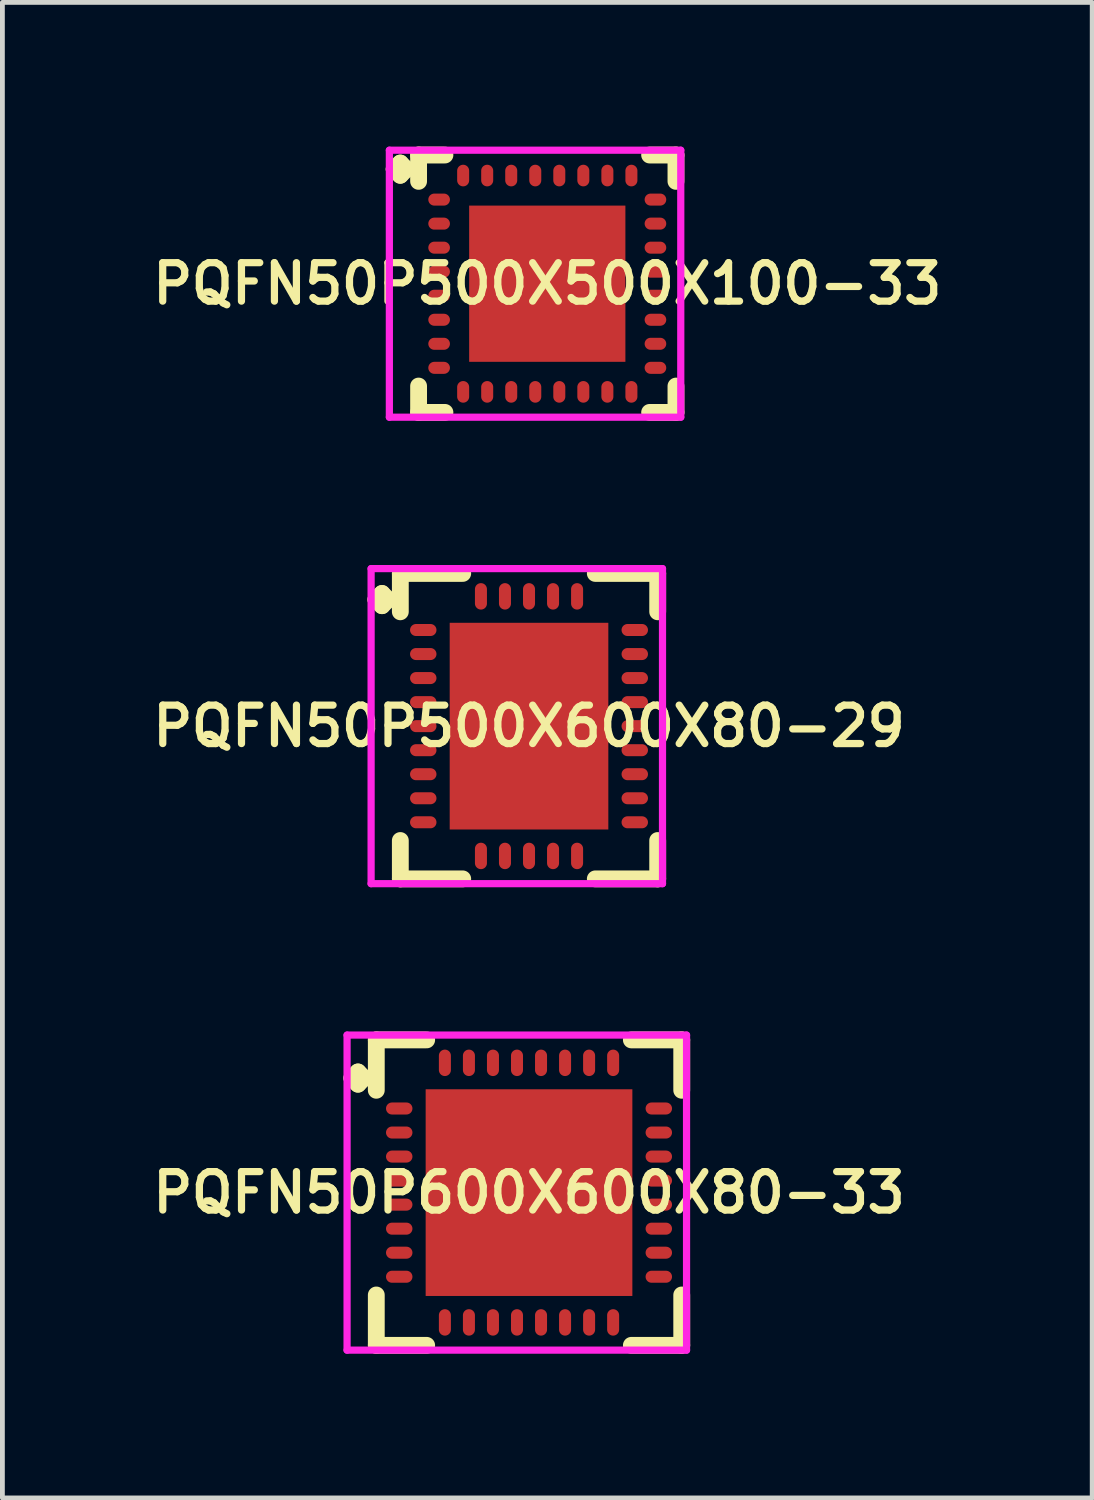
<source format=kicad_pcb>
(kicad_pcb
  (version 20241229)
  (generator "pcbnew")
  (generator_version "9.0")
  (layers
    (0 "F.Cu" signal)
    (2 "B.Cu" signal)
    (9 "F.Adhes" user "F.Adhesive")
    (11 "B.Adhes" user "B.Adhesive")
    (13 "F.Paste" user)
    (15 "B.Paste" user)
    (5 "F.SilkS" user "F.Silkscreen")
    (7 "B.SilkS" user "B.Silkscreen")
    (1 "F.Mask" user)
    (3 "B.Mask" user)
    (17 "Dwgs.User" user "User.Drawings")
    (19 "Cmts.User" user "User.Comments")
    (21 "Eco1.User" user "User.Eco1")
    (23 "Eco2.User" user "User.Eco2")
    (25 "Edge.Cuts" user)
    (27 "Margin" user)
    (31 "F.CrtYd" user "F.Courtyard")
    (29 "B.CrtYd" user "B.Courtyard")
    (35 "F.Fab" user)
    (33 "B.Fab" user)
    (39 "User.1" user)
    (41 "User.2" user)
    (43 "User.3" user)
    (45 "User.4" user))
  (footprint "PQFN50P600X600X80-33"
    (layer "F.Cu")
    (at 7.955 21.76)
    (property "Reference" "PQFN50P600X600X80-33" (at 0 0 0) (layer "F.SilkS") (effects (font (size 0.8 0.8) (thickness 0.15))))
    (attr through_hole)
    (fp_line (start -3.685 -2.383) (end -3.558 -2.51) (stroke (width 0.35) (type solid)) (layer "F.SilkS"))
    (fp_line (start -3.558 -2.51) (end -3.431 -2.383) (stroke (width 0.35) (type solid)) (layer "F.SilkS"))
    (fp_line (start -3.558 -2.256) (end -3.685 -2.383) (stroke (width 0.35) (type solid)) (layer "F.SilkS"))
    (fp_line (start -3.431 -2.383) (end -3.558 -2.256) (stroke (width 0.35) (type solid)) (layer "F.SilkS"))
    (fp_line (start -3.177 -3.177) (end -2.129 -3.177) (stroke (width 0.35) (type solid)) (layer "F.SilkS"))
    (fp_line (start -3.177 -2.129) (end -3.177 -3.177) (stroke (width 0.35) (type solid)) (layer "F.SilkS"))
    (fp_line (start -3.177 2.129) (end -3.177 3.177) (stroke (width 0.35) (type solid)) (layer "F.SilkS"))
    (fp_line (start -3.177 3.177) (end -2.129 3.177) (stroke (width 0.35) (type solid)) (layer "F.SilkS"))
    (fp_line (start 2.129 -3.177) (end 3.177 -3.177) (stroke (width 0.35) (type solid)) (layer "F.SilkS"))
    (fp_line (start 2.129 3.177) (end 3.177 3.177) (stroke (width 0.35) (type solid)) (layer "F.SilkS"))
    (fp_line (start 3.177 -3.177) (end 3.177 -2.129) (stroke (width 0.35) (type solid)) (layer "F.SilkS"))
    (fp_line (start 3.177 3.177) (end 3.177 2.129) (stroke (width 0.35) (type solid)) (layer "F.SilkS"))
    (fp_line (start -3.785 -3.277) (end 3.277 -3.277) (stroke (width 0.15) (type solid)) (layer "F.CrtYd"))
    (fp_line (start -3.785 3.277) (end -3.785 -3.277) (stroke (width 0.15) (type solid)) (layer "F.CrtYd"))
    (fp_line (start 3.277 -3.277) (end 3.277 3.277) (stroke (width 0.15) (type solid)) (layer "F.CrtYd"))
    (fp_line (start 3.277 3.277) (end -3.785 3.277) (stroke (width 0.15) (type solid)) (layer "F.CrtYd"))
    (pad "1" smd oval (at -2.7 -1.75) (size 0.55 0.25) (layers "F.Cu" "F.Mask" "F.Paste"))
    (pad "2" smd oval (at -2.7 -1.25) (size 0.55 0.25) (layers "F.Cu" "F.Mask" "F.Paste"))
    (pad "3" smd oval (at -2.7 -0.75) (size 0.55 0.25) (layers "F.Cu" "F.Mask" "F.Paste"))
    (pad "4" smd oval (at -2.7 -0.25) (size 0.55 0.25) (layers "F.Cu" "F.Mask" "F.Paste"))
    (pad "5" smd oval (at -2.7 0.25) (size 0.55 0.25) (layers "F.Cu" "F.Mask" "F.Paste"))
    (pad "6" smd oval (at -2.7 0.75) (size 0.55 0.25) (layers "F.Cu" "F.Mask" "F.Paste"))
    (pad "7" smd oval (at -2.7 1.25) (size 0.55 0.25) (layers "F.Cu" "F.Mask" "F.Paste"))
    (pad "8" smd oval (at -2.7 1.75) (size 0.55 0.25) (layers "F.Cu" "F.Mask" "F.Paste"))
    (pad "9" smd oval (at -1.75 2.7) (size 0.25 0.55) (layers "F.Cu" "F.Mask" "F.Paste"))
    (pad "10" smd oval (at -1.25 2.7) (size 0.25 0.55) (layers "F.Cu" "F.Mask" "F.Paste"))
    (pad "11" smd oval (at -0.75 2.7) (size 0.25 0.55) (layers "F.Cu" "F.Mask" "F.Paste"))
    (pad "12" smd oval (at -0.25 2.7) (size 0.25 0.55) (layers "F.Cu" "F.Mask" "F.Paste"))
    (pad "13" smd oval (at 0.25 2.7) (size 0.25 0.55) (layers "F.Cu" "F.Mask" "F.Paste"))
    (pad "14" smd oval (at 0.75 2.7) (size 0.25 0.55) (layers "F.Cu" "F.Mask" "F.Paste"))
    (pad "15" smd oval (at 1.25 2.7) (size 0.25 0.55) (layers "F.Cu" "F.Mask" "F.Paste"))
    (pad "16" smd oval (at 1.75 2.7) (size 0.25 0.55) (layers "F.Cu" "F.Mask" "F.Paste"))
    (pad "17" smd oval (at 2.7 1.75) (size 0.55 0.25) (layers "F.Cu" "F.Mask" "F.Paste"))
    (pad "18" smd oval (at 2.7 1.25) (size 0.55 0.25) (layers "F.Cu" "F.Mask" "F.Paste"))
    (pad "19" smd oval (at 2.7 0.75) (size 0.55 0.25) (layers "F.Cu" "F.Mask" "F.Paste"))
    (pad "20" smd oval (at 2.7 0.25) (size 0.55 0.25) (layers "F.Cu" "F.Mask" "F.Paste"))
    (pad "21" smd oval (at 2.7 -0.25) (size 0.55 0.25) (layers "F.Cu" "F.Mask" "F.Paste"))
    (pad "22" smd oval (at 2.7 -0.75) (size 0.55 0.25) (layers "F.Cu" "F.Mask" "F.Paste"))
    (pad "23" smd oval (at 2.7 -1.25) (size 0.55 0.25) (layers "F.Cu" "F.Mask" "F.Paste"))
    (pad "24" smd oval (at 2.7 -1.75) (size 0.55 0.25) (layers "F.Cu" "F.Mask" "F.Paste"))
    (pad "25" smd oval (at 1.75 -2.7) (size 0.25 0.55) (layers "F.Cu" "F.Mask" "F.Paste"))
    (pad "26" smd oval (at 1.25 -2.7) (size 0.25 0.55) (layers "F.Cu" "F.Mask" "F.Paste"))
    (pad "27" smd oval (at 0.75 -2.7) (size 0.25 0.55) (layers "F.Cu" "F.Mask" "F.Paste"))
    (pad "28" smd oval (at 0.25 -2.7) (size 0.25 0.55) (layers "F.Cu" "F.Mask" "F.Paste"))
    (pad "29" smd oval (at -0.25 -2.7) (size 0.25 0.55) (layers "F.Cu" "F.Mask" "F.Paste"))
    (pad "30" smd oval (at -0.75 -2.7) (size 0.25 0.55) (layers "F.Cu" "F.Mask" "F.Paste"))
    (pad "31" smd oval (at -1.25 -2.7) (size 0.25 0.55) (layers "F.Cu" "F.Mask" "F.Paste"))
    (pad "32" smd oval (at -1.75 -2.7) (size 0.25 0.55) (layers "F.Cu" "F.Mask" "F.Paste"))
    (pad "33" smd rect (at 0 0) (size 4.3 4.3) (layers "F.Cu" "F.Mask" "F.Paste")))
  (footprint "PQFN50P500X500X100-33"
    (layer "F.Cu")
    (at 8.335 2.852)
    (property "Reference" "PQFN50P500X500X100-33" (at 0 0 0) (layer "F.SilkS") (effects (font (size 0.8 0.8) (thickness 0.15))))
    (attr smd)
    (fp_line (start -3.185 -2.383) (end -3.058 -2.51) (stroke (width 0.35) (type solid)) (layer "F.SilkS"))
    (fp_line (start -3.058 -2.51) (end -2.931 -2.383) (stroke (width 0.35) (type solid)) (layer "F.SilkS"))
    (fp_line (start -3.058 -2.256) (end -3.185 -2.383) (stroke (width 0.35) (type solid)) (layer "F.SilkS"))
    (fp_line (start -2.931 -2.383) (end -3.058 -2.256) (stroke (width 0.35) (type solid)) (layer "F.SilkS"))
    (fp_line (start -2.677 -2.677) (end -2.129 -2.677) (stroke (width 0.35) (type solid)) (layer "F.SilkS"))
    (fp_line (start -2.677 -2.129) (end -2.677 -2.677) (stroke (width 0.35) (type solid)) (layer "F.SilkS"))
    (fp_line (start -2.677 2.129) (end -2.677 2.677) (stroke (width 0.35) (type solid)) (layer "F.SilkS"))
    (fp_line (start -2.677 2.677) (end -2.129 2.677) (stroke (width 0.35) (type solid)) (layer "F.SilkS"))
    (fp_line (start 2.129 -2.677) (end 2.677 -2.677) (stroke (width 0.35) (type solid)) (layer "F.SilkS"))
    (fp_line (start 2.129 2.677) (end 2.677 2.677) (stroke (width 0.35) (type solid)) (layer "F.SilkS"))
    (fp_line (start 2.677 -2.677) (end 2.677 -2.129) (stroke (width 0.35) (type solid)) (layer "F.SilkS"))
    (fp_line (start 2.677 2.677) (end 2.677 2.129) (stroke (width 0.35) (type solid)) (layer "F.SilkS"))
    (fp_line (start -3.285 -2.777) (end 2.777 -2.777) (stroke (width 0.15) (type solid)) (layer "F.CrtYd"))
    (fp_line (start -3.285 2.777) (end -3.285 -2.777) (stroke (width 0.15) (type solid)) (layer "F.CrtYd"))
    (fp_line (start 2.777 -2.777) (end 2.777 2.777) (stroke (width 0.15) (type solid)) (layer "F.CrtYd"))
    (fp_line (start 2.777 2.777) (end -3.285 2.777) (stroke (width 0.15) (type solid)) (layer "F.CrtYd"))
    (pad "1" smd oval (at -2.25 -1.75) (size 0.45 0.25) (layers "F.Cu" "F.Mask" "F.Paste"))
    (pad "2" smd oval (at -2.25 -1.25) (size 0.45 0.25) (layers "F.Cu" "F.Mask" "F.Paste"))
    (pad "3" smd oval (at -2.25 -0.75) (size 0.45 0.25) (layers "F.Cu" "F.Mask" "F.Paste"))
    (pad "4" smd oval (at -2.25 -0.25) (size 0.45 0.25) (layers "F.Cu" "F.Mask" "F.Paste"))
    (pad "5" smd oval (at -2.25 0.25) (size 0.45 0.25) (layers "F.Cu" "F.Mask" "F.Paste"))
    (pad "6" smd oval (at -2.25 0.75) (size 0.45 0.25) (layers "F.Cu" "F.Mask" "F.Paste"))
    (pad "7" smd oval (at -2.25 1.25) (size 0.45 0.25) (layers "F.Cu" "F.Mask" "F.Paste"))
    (pad "8" smd oval (at -2.25 1.75) (size 0.45 0.25) (layers "F.Cu" "F.Mask" "F.Paste"))
    (pad "9" smd oval (at -1.75 2.25) (size 0.25 0.45) (layers "F.Cu" "F.Mask" "F.Paste"))
    (pad "10" smd oval (at -1.25 2.25) (size 0.25 0.45) (layers "F.Cu" "F.Mask" "F.Paste"))
    (pad "11" smd oval (at -0.75 2.25) (size 0.25 0.45) (layers "F.Cu" "F.Mask" "F.Paste"))
    (pad "12" smd oval (at -0.25 2.25) (size 0.25 0.45) (layers "F.Cu" "F.Mask" "F.Paste"))
    (pad "13" smd oval (at 0.25 2.25) (size 0.25 0.45) (layers "F.Cu" "F.Mask" "F.Paste"))
    (pad "14" smd oval (at 0.75 2.25) (size 0.25 0.45) (layers "F.Cu" "F.Mask" "F.Paste"))
    (pad "15" smd oval (at 1.25 2.25) (size 0.25 0.45) (layers "F.Cu" "F.Mask" "F.Paste"))
    (pad "16" smd oval (at 1.75 2.25) (size 0.25 0.45) (layers "F.Cu" "F.Mask" "F.Paste"))
    (pad "17" smd oval (at 2.25 1.75) (size 0.45 0.25) (layers "F.Cu" "F.Mask" "F.Paste"))
    (pad "18" smd oval (at 2.25 1.25) (size 0.45 0.25) (layers "F.Cu" "F.Mask" "F.Paste"))
    (pad "19" smd oval (at 2.25 0.75) (size 0.45 0.25) (layers "F.Cu" "F.Mask" "F.Paste"))
    (pad "20" smd oval (at 2.25 0.25) (size 0.45 0.25) (layers "F.Cu" "F.Mask" "F.Paste"))
    (pad "21" smd oval (at 2.25 -0.25) (size 0.45 0.25) (layers "F.Cu" "F.Mask" "F.Paste"))
    (pad "22" smd oval (at 2.25 -0.75) (size 0.45 0.25) (layers "F.Cu" "F.Mask" "F.Paste"))
    (pad "23" smd oval (at 2.25 -1.25) (size 0.45 0.25) (layers "F.Cu" "F.Mask" "F.Paste"))
    (pad "24" smd oval (at 2.25 -1.75) (size 0.45 0.25) (layers "F.Cu" "F.Mask" "F.Paste"))
    (pad "25" smd oval (at 1.75 -2.25) (size 0.25 0.45) (layers "F.Cu" "F.Mask" "F.Paste"))
    (pad "26" smd oval (at 1.25 -2.25) (size 0.25 0.45) (layers "F.Cu" "F.Mask" "F.Paste"))
    (pad "27" smd oval (at 0.75 -2.25) (size 0.25 0.45) (layers "F.Cu" "F.Mask" "F.Paste"))
    (pad "28" smd oval (at 0.25 -2.25) (size 0.25 0.45) (layers "F.Cu" "F.Mask" "F.Paste"))
    (pad "29" smd oval (at -0.25 -2.25) (size 0.25 0.45) (layers "F.Cu" "F.Mask" "F.Paste"))
    (pad "30" smd oval (at -0.75 -2.25) (size 0.25 0.45) (layers "F.Cu" "F.Mask" "F.Paste"))
    (pad "31" smd oval (at -1.25 -2.25) (size 0.25 0.45) (layers "F.Cu" "F.Mask" "F.Paste"))
    (pad "32" smd oval (at -1.75 -2.25) (size 0.25 0.45) (layers "F.Cu" "F.Mask" "F.Paste"))
    (pad "33" smd rect (at 0 0) (size 3.25 3.25) (layers "F.Cu" "F.Mask" "F.Paste")))
  (footprint "PQFN50P500X600X80-29"
    (layer "F.Cu")
    (at 7.955 12.056)
    (property "Reference" "PQFN50P500X600X80-29" (at 0 0 0) (layer "F.SilkS") (effects (font (size 0.8 0.8) (thickness 0.15))))
    (attr smd)
    (fp_line (start -3.185 -2.633) (end -3.058 -2.76) (stroke (width 0.35) (type solid)) (layer "F.SilkS"))
    (fp_line (start -3.058 -2.76) (end -2.931 -2.633) (stroke (width 0.35) (type solid)) (layer "F.SilkS"))
    (fp_line (start -3.058 -2.506) (end -3.185 -2.633) (stroke (width 0.35) (type solid)) (layer "F.SilkS"))
    (fp_line (start -2.931 -2.633) (end -3.058 -2.506) (stroke (width 0.35) (type solid)) (layer "F.SilkS"))
    (fp_line (start -2.677 -3.177) (end -1.379 -3.177) (stroke (width 0.35) (type solid)) (layer "F.SilkS"))
    (fp_line (start -2.677 -2.379) (end -2.677 -3.177) (stroke (width 0.35) (type solid)) (layer "F.SilkS"))
    (fp_line (start -2.677 2.379) (end -2.677 3.177) (stroke (width 0.35) (type solid)) (layer "F.SilkS"))
    (fp_line (start -2.677 3.177) (end -1.379 3.177) (stroke (width 0.35) (type solid)) (layer "F.SilkS"))
    (fp_line (start 1.379 -3.177) (end 2.677 -3.177) (stroke (width 0.35) (type solid)) (layer "F.SilkS"))
    (fp_line (start 1.379 3.177) (end 2.677 3.177) (stroke (width 0.35) (type solid)) (layer "F.SilkS"))
    (fp_line (start 2.677 -3.177) (end 2.677 -2.379) (stroke (width 0.35) (type solid)) (layer "F.SilkS"))
    (fp_line (start 2.677 3.177) (end 2.677 2.379) (stroke (width 0.35) (type solid)) (layer "F.SilkS"))
    (fp_line (start -3.285 -3.277) (end 2.777 -3.277) (stroke (width 0.15) (type solid)) (layer "F.CrtYd"))
    (fp_line (start -3.285 3.277) (end -3.285 -3.277) (stroke (width 0.15) (type solid)) (layer "F.CrtYd"))
    (fp_line (start 2.777 -3.277) (end 2.777 3.277) (stroke (width 0.15) (type solid)) (layer "F.CrtYd"))
    (fp_line (start 2.777 3.277) (end -3.285 3.277) (stroke (width 0.15) (type solid)) (layer "F.CrtYd"))
    (pad "1" smd oval (at -2.2 -2) (size 0.55 0.25) (layers "F.Cu" "F.Mask" "F.Paste"))
    (pad "2" smd oval (at -2.2 -1.5) (size 0.55 0.25) (layers "F.Cu" "F.Mask" "F.Paste"))
    (pad "3" smd oval (at -2.2 -1) (size 0.55 0.25) (layers "F.Cu" "F.Mask" "F.Paste"))
    (pad "4" smd oval (at -2.2 -0.5) (size 0.55 0.25) (layers "F.Cu" "F.Mask" "F.Paste"))
    (pad "5" smd oval (at -2.2 0) (size 0.55 0.25) (layers "F.Cu" "F.Mask" "F.Paste"))
    (pad "6" smd oval (at -2.2 0.5) (size 0.55 0.25) (layers "F.Cu" "F.Mask" "F.Paste"))
    (pad "7" smd oval (at -2.2 1) (size 0.55 0.25) (layers "F.Cu" "F.Mask" "F.Paste"))
    (pad "8" smd oval (at -2.2 1.5) (size 0.55 0.25) (layers "F.Cu" "F.Mask" "F.Paste"))
    (pad "9" smd oval (at -2.2 2) (size 0.55 0.25) (layers "F.Cu" "F.Mask" "F.Paste"))
    (pad "10" smd oval (at -1 2.7) (size 0.25 0.55) (layers "F.Cu" "F.Mask" "F.Paste"))
    (pad "11" smd oval (at -0.5 2.7) (size 0.25 0.55) (layers "F.Cu" "F.Mask" "F.Paste"))
    (pad "12" smd oval (at 0 2.7) (size 0.25 0.55) (layers "F.Cu" "F.Mask" "F.Paste"))
    (pad "13" smd oval (at 0.5 2.7) (size 0.25 0.55) (layers "F.Cu" "F.Mask" "F.Paste"))
    (pad "14" smd oval (at 1 2.7) (size 0.25 0.55) (layers "F.Cu" "F.Mask" "F.Paste"))
    (pad "15" smd oval (at 2.2 2) (size 0.55 0.25) (layers "F.Cu" "F.Mask" "F.Paste"))
    (pad "16" smd oval (at 2.2 1.5) (size 0.55 0.25) (layers "F.Cu" "F.Mask" "F.Paste"))
    (pad "17" smd oval (at 2.2 1) (size 0.55 0.25) (layers "F.Cu" "F.Mask" "F.Paste"))
    (pad "18" smd oval (at 2.2 0.5) (size 0.55 0.25) (layers "F.Cu" "F.Mask" "F.Paste"))
    (pad "19" smd oval (at 2.2 0) (size 0.55 0.25) (layers "F.Cu" "F.Mask" "F.Paste"))
    (pad "20" smd oval (at 2.2 -0.5) (size 0.55 0.25) (layers "F.Cu" "F.Mask" "F.Paste"))
    (pad "21" smd oval (at 2.2 -1) (size 0.55 0.25) (layers "F.Cu" "F.Mask" "F.Paste"))
    (pad "22" smd oval (at 2.2 -1.5) (size 0.55 0.25) (layers "F.Cu" "F.Mask" "F.Paste"))
    (pad "23" smd oval (at 2.2 -2) (size 0.55 0.25) (layers "F.Cu" "F.Mask" "F.Paste"))
    (pad "24" smd oval (at 1 -2.7) (size 0.25 0.55) (layers "F.Cu" "F.Mask" "F.Paste"))
    (pad "25" smd oval (at 0.5 -2.7) (size 0.25 0.55) (layers "F.Cu" "F.Mask" "F.Paste"))
    (pad "26" smd oval (at 0 -2.7) (size 0.25 0.55) (layers "F.Cu" "F.Mask" "F.Paste"))
    (pad "27" smd oval (at -0.5 -2.7) (size 0.25 0.55) (layers "F.Cu" "F.Mask" "F.Paste"))
    (pad "28" smd oval (at -1 -2.7) (size 0.25 0.55) (layers "F.Cu" "F.Mask" "F.Paste"))
    (pad "29" smd rect (at 0 0) (size 3.3 4.3) (layers "F.Cu" "F.Mask" "F.Paste")))
  (gr_rect
    (start -3 -3)
    (end 19.671 28.112)
    (stroke (width 0.1) (type default))
    (fill no)
    (layer "Edge.Cuts")))
</source>
